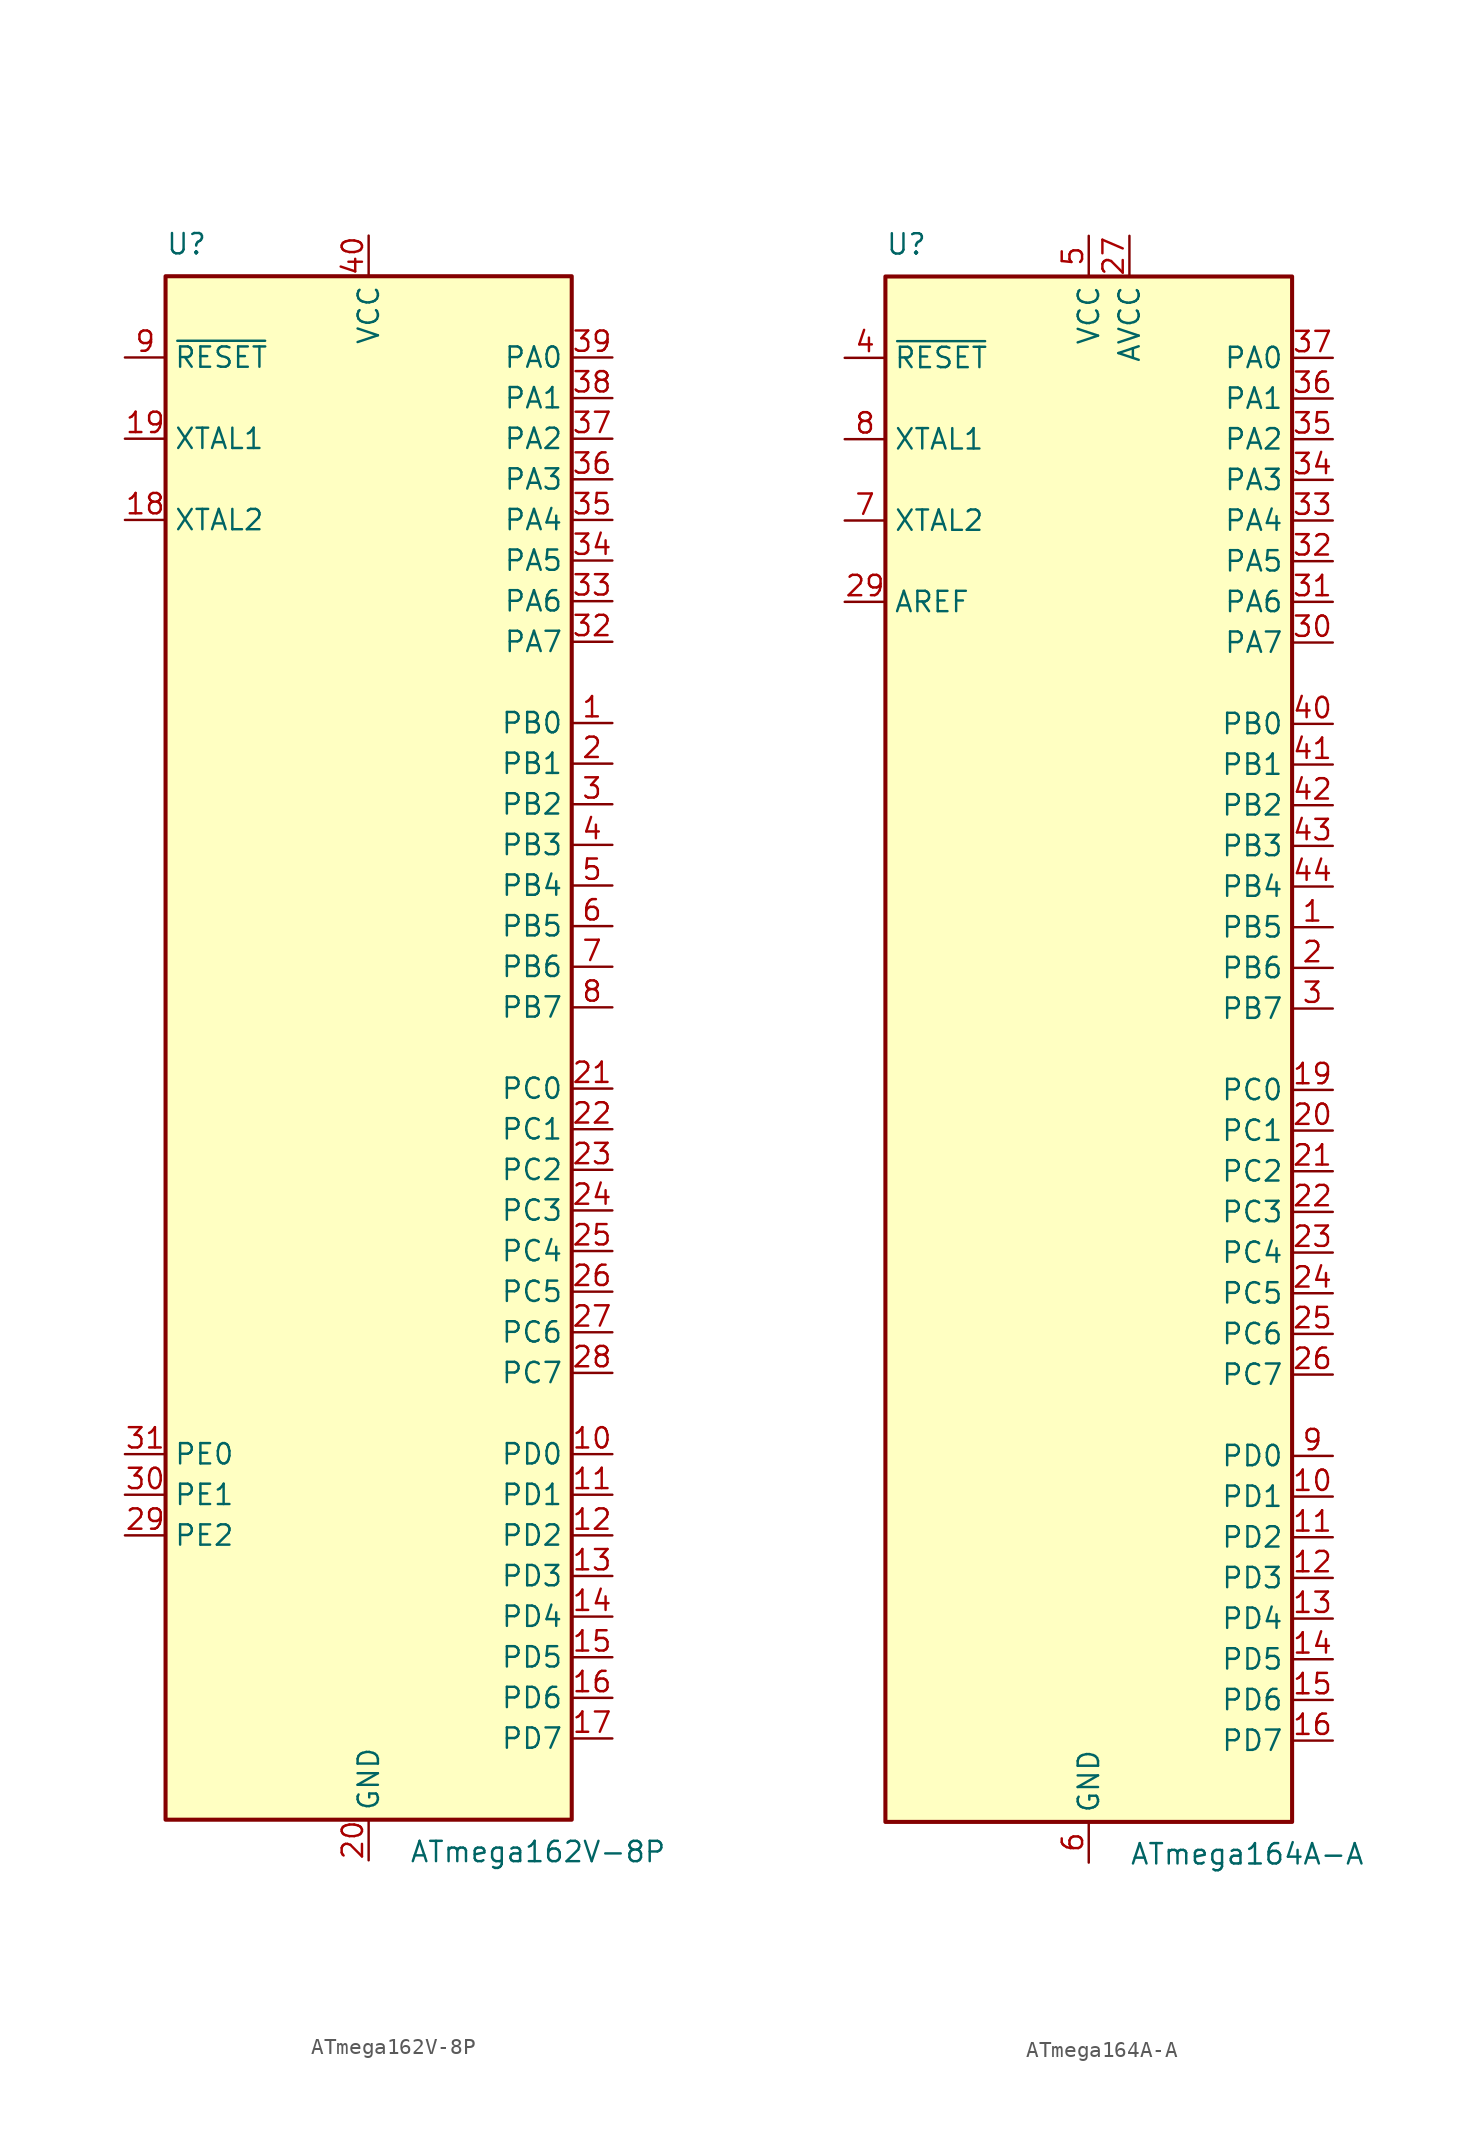
<source format=kicad_sym>
(kicad_symbol_lib
  (version 20201005)
  (generator kicad_symbol_editor)
  (symbol "ATmega162V-8P"
    (property "Reference" "U"
      (at -12.7 49.53 0)
      (effects (font (size 1.27 1.27)) (justify left bottom)))
    (property "Value" "ATmega162V-8P"
      (at 2.54 -49.53 0)
      (effects (font (size 1.27 1.27)) (justify left top)))
    (symbol "ATmega162V-8P_0_1"
      (rectangle (start -12.7 -48.26) (end 12.7 48.26) (stroke (width 0.254)) (fill (type background))))
    (symbol "ATmega162V-8P_1_1"
      (pin bidirectional line (at 15.24 20.32 180) (length 2.54) (name "PB0" (effects (font (size 1.27 1.27)))) (number "1" (effects (font (size 1.27 1.27)))))
      (pin bidirectional line (at 15.24 -25.4 180) (length 2.54) (name "PD0" (effects (font (size 1.27 1.27)))) (number "10" (effects (font (size 1.27 1.27)))))
      (pin bidirectional line (at 15.24 -27.94 180) (length 2.54) (name "PD1" (effects (font (size 1.27 1.27)))) (number "11" (effects (font (size 1.27 1.27)))))
      (pin bidirectional line (at 15.24 -30.48 180) (length 2.54) (name "PD2" (effects (font (size 1.27 1.27)))) (number "12" (effects (font (size 1.27 1.27)))))
      (pin bidirectional line (at 15.24 -33.02 180) (length 2.54) (name "PD3" (effects (font (size 1.27 1.27)))) (number "13" (effects (font (size 1.27 1.27)))))
      (pin bidirectional line (at 15.24 -35.56 180) (length 2.54) (name "PD4" (effects (font (size 1.27 1.27)))) (number "14" (effects (font (size 1.27 1.27)))))
      (pin bidirectional line (at 15.24 -38.1 180) (length 2.54) (name "PD5" (effects (font (size 1.27 1.27)))) (number "15" (effects (font (size 1.27 1.27)))))
      (pin bidirectional line (at 15.24 -40.64 180) (length 2.54) (name "PD6" (effects (font (size 1.27 1.27)))) (number "16" (effects (font (size 1.27 1.27)))))
      (pin bidirectional line (at 15.24 -43.18 180) (length 2.54) (name "PD7" (effects (font (size 1.27 1.27)))) (number "17" (effects (font (size 1.27 1.27)))))
      (pin output line (at -15.24 33.02 0) (length 2.54) (name "XTAL2" (effects (font (size 1.27 1.27)))) (number "18" (effects (font (size 1.27 1.27)))))
      (pin input line (at -15.24 38.1 0) (length 2.54) (name "XTAL1" (effects (font (size 1.27 1.27)))) (number "19" (effects (font (size 1.27 1.27)))))
      (pin bidirectional line (at 15.24 17.78 180) (length 2.54) (name "PB1" (effects (font (size 1.27 1.27)))) (number "2" (effects (font (size 1.27 1.27)))))
      (pin power_in line (at 0 -50.8 90) (length 2.54) (name "GND" (effects (font (size 1.27 1.27)))) (number "20" (effects (font (size 1.27 1.27)))))
      (pin bidirectional line (at 15.24 -2.54 180) (length 2.54) (name "PC0" (effects (font (size 1.27 1.27)))) (number "21" (effects (font (size 1.27 1.27)))))
      (pin bidirectional line (at 15.24 -5.08 180) (length 2.54) (name "PC1" (effects (font (size 1.27 1.27)))) (number "22" (effects (font (size 1.27 1.27)))))
      (pin bidirectional line (at 15.24 -7.62 180) (length 2.54) (name "PC2" (effects (font (size 1.27 1.27)))) (number "23" (effects (font (size 1.27 1.27)))))
      (pin bidirectional line (at 15.24 -10.16 180) (length 2.54) (name "PC3" (effects (font (size 1.27 1.27)))) (number "24" (effects (font (size 1.27 1.27)))))
      (pin bidirectional line (at 15.24 -12.7 180) (length 2.54) (name "PC4" (effects (font (size 1.27 1.27)))) (number "25" (effects (font (size 1.27 1.27)))))
      (pin bidirectional line (at 15.24 -15.24 180) (length 2.54) (name "PC5" (effects (font (size 1.27 1.27)))) (number "26" (effects (font (size 1.27 1.27)))))
      (pin bidirectional line (at 15.24 -17.78 180) (length 2.54) (name "PC6" (effects (font (size 1.27 1.27)))) (number "27" (effects (font (size 1.27 1.27)))))
      (pin bidirectional line (at 15.24 -20.32 180) (length 2.54) (name "PC7" (effects (font (size 1.27 1.27)))) (number "28" (effects (font (size 1.27 1.27)))))
      (pin bidirectional line (at -15.24 -30.48 0) (length 2.54) (name "PE2" (effects (font (size 1.27 1.27)))) (number "29" (effects (font (size 1.27 1.27)))))
      (pin bidirectional line (at 15.24 15.24 180) (length 2.54) (name "PB2" (effects (font (size 1.27 1.27)))) (number "3" (effects (font (size 1.27 1.27)))))
      (pin bidirectional line (at -15.24 -27.94 0) (length 2.54) (name "PE1" (effects (font (size 1.27 1.27)))) (number "30" (effects (font (size 1.27 1.27)))))
      (pin bidirectional line (at -15.24 -25.4 0) (length 2.54) (name "PE0" (effects (font (size 1.27 1.27)))) (number "31" (effects (font (size 1.27 1.27)))))
      (pin bidirectional line (at 15.24 25.4 180) (length 2.54) (name "PA7" (effects (font (size 1.27 1.27)))) (number "32" (effects (font (size 1.27 1.27)))))
      (pin bidirectional line (at 15.24 27.94 180) (length 2.54) (name "PA6" (effects (font (size 1.27 1.27)))) (number "33" (effects (font (size 1.27 1.27)))))
      (pin bidirectional line (at 15.24 30.48 180) (length 2.54) (name "PA5" (effects (font (size 1.27 1.27)))) (number "34" (effects (font (size 1.27 1.27)))))
      (pin bidirectional line (at 15.24 33.02 180) (length 2.54) (name "PA4" (effects (font (size 1.27 1.27)))) (number "35" (effects (font (size 1.27 1.27)))))
      (pin bidirectional line (at 15.24 35.56 180) (length 2.54) (name "PA3" (effects (font (size 1.27 1.27)))) (number "36" (effects (font (size 1.27 1.27)))))
      (pin bidirectional line (at 15.24 38.1 180) (length 2.54) (name "PA2" (effects (font (size 1.27 1.27)))) (number "37" (effects (font (size 1.27 1.27)))))
      (pin bidirectional line (at 15.24 40.64 180) (length 2.54) (name "PA1" (effects (font (size 1.27 1.27)))) (number "38" (effects (font (size 1.27 1.27)))))
      (pin bidirectional line (at 15.24 43.18 180) (length 2.54) (name "PA0" (effects (font (size 1.27 1.27)))) (number "39" (effects (font (size 1.27 1.27)))))
      (pin bidirectional line (at 15.24 12.7 180) (length 2.54) (name "PB3" (effects (font (size 1.27 1.27)))) (number "4" (effects (font (size 1.27 1.27)))))
      (pin power_in line (at 0 50.8 270) (length 2.54) (name "VCC" (effects (font (size 1.27 1.27)))) (number "40" (effects (font (size 1.27 1.27)))))
      (pin bidirectional line (at 15.24 10.16 180) (length 2.54) (name "PB4" (effects (font (size 1.27 1.27)))) (number "5" (effects (font (size 1.27 1.27)))))
      (pin bidirectional line (at 15.24 7.62 180) (length 2.54) (name "PB5" (effects (font (size 1.27 1.27)))) (number "6" (effects (font (size 1.27 1.27)))))
      (pin bidirectional line (at 15.24 5.08 180) (length 2.54) (name "PB6" (effects (font (size 1.27 1.27)))) (number "7" (effects (font (size 1.27 1.27)))))
      (pin bidirectional line (at 15.24 2.54 180) (length 2.54) (name "PB7" (effects (font (size 1.27 1.27)))) (number "8" (effects (font (size 1.27 1.27)))))
      (pin input line (at -15.24 43.18 0) (length 2.54) (name "~RESET" (effects (font (size 1.27 1.27)))) (number "9" (effects (font (size 1.27 1.27)))))))
  (symbol "ATmega164A-A"
    (property "Reference" "U"
      (at -12.7 49.53 0)
      (effects (font (size 1.27 1.27)) (justify left bottom)))
    (property "Value" "ATmega164A-A"
      (at 2.54 -49.53 0)
      (effects (font (size 1.27 1.27)) (justify left top)))
    (symbol "ATmega164A-A_0_1"
      (rectangle (start -12.7 -48.26) (end 12.7 48.26) (stroke (width 0.254)) (fill (type background))))
    (symbol "ATmega164A-A_1_1"
      (pin bidirectional line (at 15.24 7.62 180) (length 2.54) (name "PB5" (effects (font (size 1.27 1.27)))) (number "1" (effects (font (size 1.27 1.27)))))
      (pin bidirectional line (at 15.24 -27.94 180) (length 2.54) (name "PD1" (effects (font (size 1.27 1.27)))) (number "10" (effects (font (size 1.27 1.27)))))
      (pin bidirectional line (at 15.24 -30.48 180) (length 2.54) (name "PD2" (effects (font (size 1.27 1.27)))) (number "11" (effects (font (size 1.27 1.27)))))
      (pin bidirectional line (at 15.24 -33.02 180) (length 2.54) (name "PD3" (effects (font (size 1.27 1.27)))) (number "12" (effects (font (size 1.27 1.27)))))
      (pin bidirectional line (at 15.24 -35.56 180) (length 2.54) (name "PD4" (effects (font (size 1.27 1.27)))) (number "13" (effects (font (size 1.27 1.27)))))
      (pin bidirectional line (at 15.24 -38.1 180) (length 2.54) (name "PD5" (effects (font (size 1.27 1.27)))) (number "14" (effects (font (size 1.27 1.27)))))
      (pin bidirectional line (at 15.24 -40.64 180) (length 2.54) (name "PD6" (effects (font (size 1.27 1.27)))) (number "15" (effects (font (size 1.27 1.27)))))
      (pin bidirectional line (at 15.24 -43.18 180) (length 2.54) (name "PD7" (effects (font (size 1.27 1.27)))) (number "16" (effects (font (size 1.27 1.27)))))
      (pin passive line (at 0 50.8 270) (length 2.54) hide (name "VCC" (effects (font (size 1.27 1.27)))) (number "17" (effects (font (size 1.27 1.27)))))
      (pin passive line (at 0 -50.8 90) (length 2.54) hide (name "GND" (effects (font (size 1.27 1.27)))) (number "18" (effects (font (size 1.27 1.27)))))
      (pin bidirectional line (at 15.24 -2.54 180) (length 2.54) (name "PC0" (effects (font (size 1.27 1.27)))) (number "19" (effects (font (size 1.27 1.27)))))
      (pin bidirectional line (at 15.24 5.08 180) (length 2.54) (name "PB6" (effects (font (size 1.27 1.27)))) (number "2" (effects (font (size 1.27 1.27)))))
      (pin bidirectional line (at 15.24 -5.08 180) (length 2.54) (name "PC1" (effects (font (size 1.27 1.27)))) (number "20" (effects (font (size 1.27 1.27)))))
      (pin bidirectional line (at 15.24 -7.62 180) (length 2.54) (name "PC2" (effects (font (size 1.27 1.27)))) (number "21" (effects (font (size 1.27 1.27)))))
      (pin bidirectional line (at 15.24 -10.16 180) (length 2.54) (name "PC3" (effects (font (size 1.27 1.27)))) (number "22" (effects (font (size 1.27 1.27)))))
      (pin bidirectional line (at 15.24 -12.7 180) (length 2.54) (name "PC4" (effects (font (size 1.27 1.27)))) (number "23" (effects (font (size 1.27 1.27)))))
      (pin bidirectional line (at 15.24 -15.24 180) (length 2.54) (name "PC5" (effects (font (size 1.27 1.27)))) (number "24" (effects (font (size 1.27 1.27)))))
      (pin bidirectional line (at 15.24 -17.78 180) (length 2.54) (name "PC6" (effects (font (size 1.27 1.27)))) (number "25" (effects (font (size 1.27 1.27)))))
      (pin bidirectional line (at 15.24 -20.32 180) (length 2.54) (name "PC7" (effects (font (size 1.27 1.27)))) (number "26" (effects (font (size 1.27 1.27)))))
      (pin power_in line (at 2.54 50.8 270) (length 2.54) (name "AVCC" (effects (font (size 1.27 1.27)))) (number "27" (effects (font (size 1.27 1.27)))))
      (pin passive line (at 0 -50.8 90) (length 2.54) hide (name "GND" (effects (font (size 1.27 1.27)))) (number "28" (effects (font (size 1.27 1.27)))))
      (pin passive line (at -15.24 27.94 0) (length 2.54) (name "AREF" (effects (font (size 1.27 1.27)))) (number "29" (effects (font (size 1.27 1.27)))))
      (pin bidirectional line (at 15.24 2.54 180) (length 2.54) (name "PB7" (effects (font (size 1.27 1.27)))) (number "3" (effects (font (size 1.27 1.27)))))
      (pin bidirectional line (at 15.24 25.4 180) (length 2.54) (name "PA7" (effects (font (size 1.27 1.27)))) (number "30" (effects (font (size 1.27 1.27)))))
      (pin bidirectional line (at 15.24 27.94 180) (length 2.54) (name "PA6" (effects (font (size 1.27 1.27)))) (number "31" (effects (font (size 1.27 1.27)))))
      (pin bidirectional line (at 15.24 30.48 180) (length 2.54) (name "PA5" (effects (font (size 1.27 1.27)))) (number "32" (effects (font (size 1.27 1.27)))))
      (pin bidirectional line (at 15.24 33.02 180) (length 2.54) (name "PA4" (effects (font (size 1.27 1.27)))) (number "33" (effects (font (size 1.27 1.27)))))
      (pin bidirectional line (at 15.24 35.56 180) (length 2.54) (name "PA3" (effects (font (size 1.27 1.27)))) (number "34" (effects (font (size 1.27 1.27)))))
      (pin bidirectional line (at 15.24 38.1 180) (length 2.54) (name "PA2" (effects (font (size 1.27 1.27)))) (number "35" (effects (font (size 1.27 1.27)))))
      (pin bidirectional line (at 15.24 40.64 180) (length 2.54) (name "PA1" (effects (font (size 1.27 1.27)))) (number "36" (effects (font (size 1.27 1.27)))))
      (pin bidirectional line (at 15.24 43.18 180) (length 2.54) (name "PA0" (effects (font (size 1.27 1.27)))) (number "37" (effects (font (size 1.27 1.27)))))
      (pin passive line (at 0 50.8 270) (length 2.54) hide (name "VCC" (effects (font (size 1.27 1.27)))) (number "38" (effects (font (size 1.27 1.27)))))
      (pin passive line (at 0 -50.8 90) (length 2.54) hide (name "GND" (effects (font (size 1.27 1.27)))) (number "39" (effects (font (size 1.27 1.27)))))
      (pin input line (at -15.24 43.18 0) (length 2.54) (name "~RESET" (effects (font (size 1.27 1.27)))) (number "4" (effects (font (size 1.27 1.27)))))
      (pin bidirectional line (at 15.24 20.32 180) (length 2.54) (name "PB0" (effects (font (size 1.27 1.27)))) (number "40" (effects (font (size 1.27 1.27)))))
      (pin bidirectional line (at 15.24 17.78 180) (length 2.54) (name "PB1" (effects (font (size 1.27 1.27)))) (number "41" (effects (font (size 1.27 1.27)))))
      (pin bidirectional line (at 15.24 15.24 180) (length 2.54) (name "PB2" (effects (font (size 1.27 1.27)))) (number "42" (effects (font (size 1.27 1.27)))))
      (pin bidirectional line (at 15.24 12.7 180) (length 2.54) (name "PB3" (effects (font (size 1.27 1.27)))) (number "43" (effects (font (size 1.27 1.27)))))
      (pin bidirectional line (at 15.24 10.16 180) (length 2.54) (name "PB4" (effects (font (size 1.27 1.27)))) (number "44" (effects (font (size 1.27 1.27)))))
      (pin power_in line (at 0 50.8 270) (length 2.54) (name "VCC" (effects (font (size 1.27 1.27)))) (number "5" (effects (font (size 1.27 1.27)))))
      (pin power_in line (at 0 -50.8 90) (length 2.54) (name "GND" (effects (font (size 1.27 1.27)))) (number "6" (effects (font (size 1.27 1.27)))))
      (pin output line (at -15.24 33.02 0) (length 2.54) (name "XTAL2" (effects (font (size 1.27 1.27)))) (number "7" (effects (font (size 1.27 1.27)))))
      (pin input line (at -15.24 38.1 0) (length 2.54) (name "XTAL1" (effects (font (size 1.27 1.27)))) (number "8" (effects (font (size 1.27 1.27)))))
      (pin bidirectional line (at 15.24 -25.4 180) (length 2.54) (name "PD0" (effects (font (size 1.27 1.27)))) (number "9" (effects (font (size 1.27 1.27))))))))
</source>
